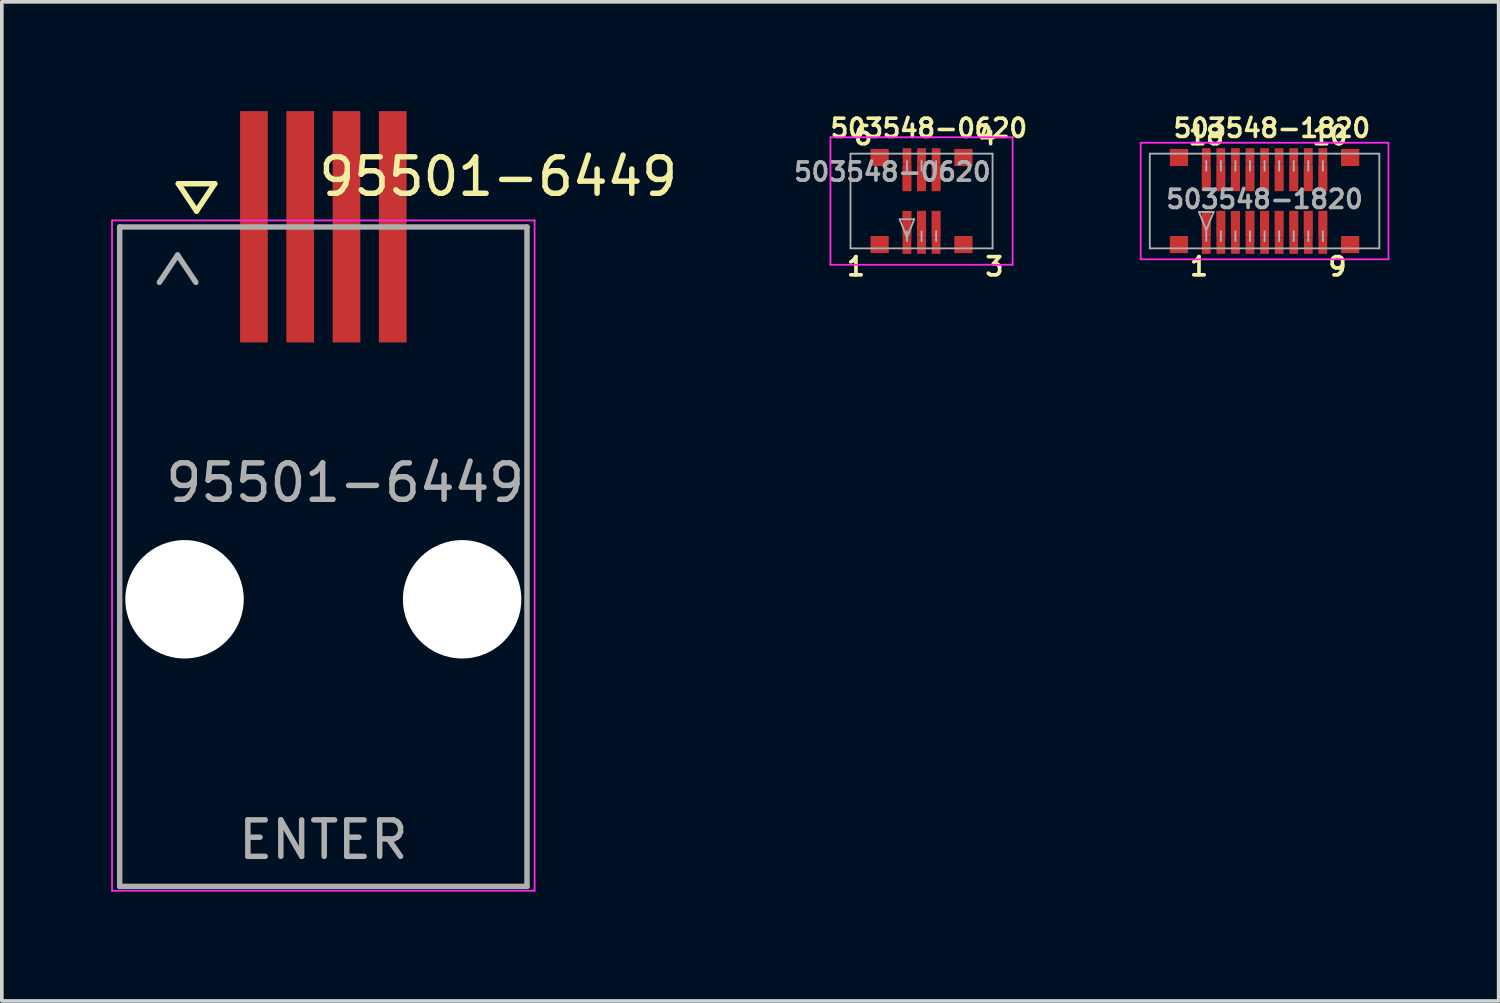
<source format=kicad_pcb>
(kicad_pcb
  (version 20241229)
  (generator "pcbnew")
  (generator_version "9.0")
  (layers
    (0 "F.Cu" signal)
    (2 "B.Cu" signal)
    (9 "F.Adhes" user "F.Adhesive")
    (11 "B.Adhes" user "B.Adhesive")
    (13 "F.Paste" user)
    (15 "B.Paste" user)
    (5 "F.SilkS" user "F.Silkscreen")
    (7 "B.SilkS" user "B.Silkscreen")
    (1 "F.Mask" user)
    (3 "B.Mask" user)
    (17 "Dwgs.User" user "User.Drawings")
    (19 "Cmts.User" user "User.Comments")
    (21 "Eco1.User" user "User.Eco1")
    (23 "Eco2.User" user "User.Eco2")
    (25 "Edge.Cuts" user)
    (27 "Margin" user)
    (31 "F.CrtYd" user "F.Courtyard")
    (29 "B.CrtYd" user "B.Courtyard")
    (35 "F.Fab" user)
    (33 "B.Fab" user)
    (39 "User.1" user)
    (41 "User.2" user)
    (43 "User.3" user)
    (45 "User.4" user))
  (footprint "503548-0620"
    (layer "F.Cu")
    (at 22.245 2.468)
    (property "Reference" "503548-0620" (at 0.2 -2 0) (layer "F.SilkS") (effects (font (size 0.5 0.5) (thickness 0.1))))
    (attr smd)
    (fp_line (start -2.5 -1.75) (end 2.5 -1.75) (stroke (width 0.05) (type solid)) (layer "F.CrtYd"))
    (fp_line (start -2.5 1.75) (end -2.5 -1.75) (stroke (width 0.05) (type solid)) (layer "F.CrtYd"))
    (fp_line (start 2.5 -1.75) (end 2.5 1.75) (stroke (width 0.05) (type solid)) (layer "F.CrtYd"))
    (fp_line (start 2.5 1.75) (end -2.5 1.75) (stroke (width 0.05) (type solid)) (layer "F.CrtYd"))
    (fp_line (start -1.95 -1.3) (end 1.95 -1.3) (stroke (width 0.05) (type solid)) (layer "F.Fab"))
    (fp_line (start -1.95 1.3) (end -1.95 -1.3) (stroke (width 0.05) (type solid)) (layer "F.Fab"))
    (fp_line (start -0.6 0.5) (end -0.2 0.5) (stroke (width 0.05) (type solid)) (layer "F.Fab"))
    (fp_line (start -0.4 -1.1) (end -0.4 -0.83) (stroke (width 0.05) (type solid)) (layer "F.Fab"))
    (fp_line (start -0.4 0.83) (end -0.4 1.1) (stroke (width 0.05) (type solid)) (layer "F.Fab"))
    (fp_line (start -0.4 1) (end -0.6 0.5) (stroke (width 0.05) (type solid)) (layer "F.Fab"))
    (fp_line (start -0.2 0.5) (end -0.4 1) (stroke (width 0.05) (type solid)) (layer "F.Fab"))
    (fp_line (start 0 -1.1) (end 0 -0.83) (stroke (width 0.05) (type solid)) (layer "F.Fab"))
    (fp_line (start 0 0.83) (end 0 1.1) (stroke (width 0.05) (type solid)) (layer "F.Fab"))
    (fp_line (start 0.4 -1.1) (end 0.4 -0.83) (stroke (width 0.05) (type solid)) (layer "F.Fab"))
    (fp_line (start 0.4 0.83) (end 0.4 1.1) (stroke (width 0.05) (type solid)) (layer "F.Fab"))
    (fp_line (start 1.95 -1.3) (end 1.95 1.3) (stroke (width 0.05) (type solid)) (layer "F.Fab"))
    (fp_line (start 1.95 1.3) (end -1.95 1.3) (stroke (width 0.05) (type solid)) (layer "F.Fab"))
    (fp_text user "1" (at -1.8 1.8 0) (layer "F.SilkS") (effects (font (size 0.5 0.5) (thickness 0.1))))
    (fp_text user "3" (at 2 1.8 0) (layer "F.SilkS") (effects (font (size 0.5 0.5) (thickness 0.1))))
    (fp_text user "6" (at -1.6 -1.8 0) (layer "F.SilkS") (effects (font (size 0.5 0.5) (thickness 0.1))))
    (fp_text user "4" (at 1.8 -1.8 0) (layer "F.SilkS") (effects (font (size 0.5 0.5) (thickness 0.1))))
    (fp_text user "${REFERENCE}" (at -0.8 -0.8 0) (layer "F.Fab") (effects (font (size 0.5 0.5) (thickness 0.1))))
    (pad "1" smd rect (at -0.4 0.635) (size 0.25 0.73) (layers "F.Cu"))
    (pad "1" smd rect (at -0.4 1.225) (size 0.24 0.45) (layers "F.Cu" "F.Mask" "F.Paste"))
    (pad "2" smd rect (at 0 0.635) (size 0.25 0.73) (layers "F.Cu"))
    (pad "2" smd rect (at 0 1.225) (size 0.24 0.45) (layers "F.Cu" "F.Mask" "F.Paste"))
    (pad "3" smd rect (at 0.4 0.635) (size 0.25 0.73) (layers "F.Cu"))
    (pad "3" smd rect (at 0.4 1.225) (size 0.24 0.45) (layers "F.Cu" "F.Mask" "F.Paste"))
    (pad "4" smd rect (at 0.4 -1.225) (size 0.24 0.45) (layers "F.Cu" "F.Mask" "F.Paste"))
    (pad "4" smd rect (at 0.4 -0.635) (size 0.25 0.73) (layers "F.Cu"))
    (pad "5" smd rect (at 0 -1.225) (size 0.24 0.45) (layers "F.Cu" "F.Mask" "F.Paste"))
    (pad "5" smd rect (at 0 -0.635) (size 0.25 0.73) (layers "F.Cu"))
    (pad "6" smd rect (at -0.4 -1.225) (size 0.24 0.45) (layers "F.Cu" "F.Mask" "F.Paste"))
    (pad "6" smd rect (at -0.4 -0.635) (size 0.25 0.73) (layers "F.Cu"))
    (pad "7" smd rect (at -1.15 -1.195) (size 0.5 0.47) (layers "F.Cu" "F.Mask" "F.Paste"))
    (pad "7" smd rect (at -1.15 1.195) (size 0.5 0.47) (layers "F.Cu" "F.Mask" "F.Paste"))
    (pad "8" smd rect (at 1.15 -1.195) (size 0.5 0.47) (layers "F.Cu" "F.Mask" "F.Paste"))
    (pad "8" smd rect (at 1.15 1.195) (size 0.5 0.47) (layers "F.Cu" "F.Mask" "F.Paste")))
  (footprint "95501-6449"
    (layer "F.Cu")
    (at 5.825 13.4)
    (property "Reference" "95501-6449" (at 4.8 -11.6 0) (layer "F.SilkS") (effects (font (size 1 1) (thickness 0.15))))
    (attr through_hole)
    (fp_line (start -3.98 -11.407) (end -3.48 -10.657) (stroke (width 0.15) (type solid)) (layer "F.SilkS"))
    (fp_line (start -3.48 -10.657) (end -2.98 -11.407) (stroke (width 0.15) (type solid)) (layer "F.SilkS"))
    (fp_line (start -2.98 -11.407) (end -3.98 -11.407) (stroke (width 0.15) (type solid)) (layer "F.SilkS"))
    (fp_line (start -5.8 -10.4) (end -5.8 8) (stroke (width 0.05) (type solid)) (layer "F.CrtYd"))
    (fp_line (start -5.8 8) (end 5.8 8) (stroke (width 0.05) (type solid)) (layer "F.CrtYd"))
    (fp_line (start 5.8 -10.4) (end -5.8 -10.4) (stroke (width 0.05) (type solid)) (layer "F.CrtYd"))
    (fp_line (start 5.8 8) (end 5.8 -10.4) (stroke (width 0.05) (type solid)) (layer "F.CrtYd"))
    (fp_line (start -5.59 -10.22) (end -5.59 7.88) (stroke (width 0.15) (type solid)) (layer "F.Fab"))
    (fp_line (start -5.59 -10.22) (end 5.59 -10.22) (stroke (width 0.15) (type solid)) (layer "F.Fab"))
    (fp_line (start -4.5 -8.7) (end -4 -9.45) (stroke (width 0.15) (type solid)) (layer "F.Fab"))
    (fp_line (start -4 -9.45) (end -3.5 -8.7) (stroke (width 0.15) (type solid)) (layer "F.Fab"))
    (fp_line (start 5.59 -10.22) (end 5.59 7.88) (stroke (width 0.15) (type solid)) (layer "F.Fab"))
    (fp_line (start 5.59 7.88) (end -5.59 7.88) (stroke (width 0.15) (type solid)) (layer "F.Fab"))
    (fp_text user "${REFERENCE}" (at 0.6 -3.2 0) (layer "F.Fab") (effects (font (size 1 1) (thickness 0.15))))
    (fp_text user "ENTER" (at 0 6.6 0) (layer "F.Fab") (effects (font (size 1 1) (thickness 0.15))))
    (pad "" np_thru_hole circle (at -3.81 0) (size 3.25 3.25) (drill 3.25) (layers "F.Cu"))
    (pad "" np_thru_hole circle (at 3.81 0) (size 3.25 3.25) (drill 3.25) (layers "F.Cu"))
    (pad "1" smd rect (at -1.905 -10.225) (size 0.76 6.35) (layers "F.Cu" "F.Mask" "F.Paste"))
    (pad "2" smd rect (at -0.635 -10.225) (size 0.76 6.35) (layers "F.Cu" "F.Mask" "F.Paste"))
    (pad "3" smd rect (at 0.635 -10.225) (size 0.76 6.35) (layers "F.Cu" "F.Mask" "F.Paste"))
    (pad "4" smd rect (at 1.905 -10.225) (size 0.76 6.35) (layers "F.Cu" "F.Mask" "F.Paste")))
  (footprint "503548-1820"
    (layer "F.Cu")
    (at 31.661 2.468)
    (property "Reference" "503548-1820" (at 0.2 -2 0) (layer "F.SilkS") (effects (font (size 0.5 0.5) (thickness 0.1))))
    (attr smd)
    (fp_line (start -3.4 -1.6) (end 3.4 -1.6) (stroke (width 0.05) (type solid)) (layer "F.CrtYd"))
    (fp_line (start -3.4 1.6) (end -3.4 -1.6) (stroke (width 0.05) (type solid)) (layer "F.CrtYd"))
    (fp_line (start 3.4 -1.6) (end 3.4 1.6) (stroke (width 0.05) (type solid)) (layer "F.CrtYd"))
    (fp_line (start 3.4 1.6) (end -3.4 1.6) (stroke (width 0.05) (type solid)) (layer "F.CrtYd"))
    (fp_line (start -3.15 -1.3) (end 3.15 -1.3) (stroke (width 0.05) (type solid)) (layer "F.Fab"))
    (fp_line (start -3.15 1.3) (end -3.15 -1.3) (stroke (width 0.05) (type solid)) (layer "F.Fab"))
    (fp_line (start -1.8 0.3) (end -1.4 0.3) (stroke (width 0.05) (type solid)) (layer "F.Fab"))
    (fp_line (start -1.6 -1.1) (end -1.6 -0.83) (stroke (width 0.05) (type solid)) (layer "F.Fab"))
    (fp_line (start -1.6 0.8) (end -1.8 0.3) (stroke (width 0.05) (type solid)) (layer "F.Fab"))
    (fp_line (start -1.6 0.83) (end -1.6 1.1) (stroke (width 0.05) (type solid)) (layer "F.Fab"))
    (fp_line (start -1.4 0.3) (end -1.6 0.8) (stroke (width 0.05) (type solid)) (layer "F.Fab"))
    (fp_line (start -1.2 -1.1) (end -1.2 -0.83) (stroke (width 0.05) (type solid)) (layer "F.Fab"))
    (fp_line (start -1.2 0.83) (end -1.2 1.1) (stroke (width 0.05) (type solid)) (layer "F.Fab"))
    (fp_line (start -0.8 -1.1) (end -0.8 -0.83) (stroke (width 0.05) (type solid)) (layer "F.Fab"))
    (fp_line (start -0.8 0.83) (end -0.8 1.1) (stroke (width 0.05) (type solid)) (layer "F.Fab"))
    (fp_line (start -0.4 -1.1) (end -0.4 -0.83) (stroke (width 0.05) (type solid)) (layer "F.Fab"))
    (fp_line (start -0.4 0.83) (end -0.4 1.1) (stroke (width 0.05) (type solid)) (layer "F.Fab"))
    (fp_line (start 0 -1.1) (end 0 -0.83) (stroke (width 0.05) (type solid)) (layer "F.Fab"))
    (fp_line (start 0 0.83) (end 0 1.1) (stroke (width 0.05) (type solid)) (layer "F.Fab"))
    (fp_line (start 0.4 -1.1) (end 0.4 -0.83) (stroke (width 0.05) (type solid)) (layer "F.Fab"))
    (fp_line (start 0.4 0.83) (end 0.4 1.1) (stroke (width 0.05) (type solid)) (layer "F.Fab"))
    (fp_line (start 0.8 -1.1) (end 0.8 -0.83) (stroke (width 0.05) (type solid)) (layer "F.Fab"))
    (fp_line (start 0.8 0.83) (end 0.8 1.1) (stroke (width 0.05) (type solid)) (layer "F.Fab"))
    (fp_line (start 1.2 -1.1) (end 1.2 -0.83) (stroke (width 0.05) (type solid)) (layer "F.Fab"))
    (fp_line (start 1.2 0.83) (end 1.2 1.1) (stroke (width 0.05) (type solid)) (layer "F.Fab"))
    (fp_line (start 1.6 -1.1) (end 1.6 -0.83) (stroke (width 0.05) (type solid)) (layer "F.Fab"))
    (fp_line (start 1.6 0.83) (end 1.6 1.1) (stroke (width 0.05) (type solid)) (layer "F.Fab"))
    (fp_line (start 3.15 -1.3) (end 3.15 1.3) (stroke (width 0.05) (type solid)) (layer "F.Fab"))
    (fp_line (start 3.15 1.3) (end -3.15 1.3) (stroke (width 0.05) (type solid)) (layer "F.Fab"))
    (fp_text user "9" (at 2 1.8 0) (layer "F.SilkS") (effects (font (size 0.5 0.5) (thickness 0.1))))
    (fp_text user "10" (at 1.8 -1.8 0) (layer "F.SilkS") (effects (font (size 0.5 0.5) (thickness 0.1))))
    (fp_text user "18" (at -1.6 -1.8 0) (layer "F.SilkS") (effects (font (size 0.5 0.5) (thickness 0.1))))
    (fp_text user "1" (at -1.8 1.8 0) (layer "F.SilkS") (effects (font (size 0.5 0.5) (thickness 0.1))))
    (fp_text user "${REFERENCE}" (at 0 -0.05 0) (layer "F.Fab") (effects (font (size 0.5 0.5) (thickness 0.1))))
    (pad "1" smd rect (at -1.6 0.635) (size 0.25 0.73) (layers "F.Cu"))
    (pad "1" smd rect (at -1.6 1.225) (size 0.24 0.45) (layers "F.Cu" "F.Mask" "F.Paste"))
    (pad "2" smd rect (at -1.2 0.635) (size 0.25 0.73) (layers "F.Cu"))
    (pad "2" smd rect (at -1.2 1.225) (size 0.24 0.45) (layers "F.Cu" "F.Mask" "F.Paste"))
    (pad "3" smd rect (at -0.8 0.635) (size 0.25 0.73) (layers "F.Cu"))
    (pad "3" smd rect (at -0.8 1.225) (size 0.24 0.45) (layers "F.Cu" "F.Mask" "F.Paste"))
    (pad "4" smd rect (at -0.4 0.635) (size 0.25 0.73) (layers "F.Cu"))
    (pad "4" smd rect (at -0.4 1.225) (size 0.24 0.45) (layers "F.Cu" "F.Mask" "F.Paste"))
    (pad "5" smd rect (at 0 0.635) (size 0.25 0.73) (layers "F.Cu"))
    (pad "5" smd rect (at 0 1.225) (size 0.24 0.45) (layers "F.Cu" "F.Mask" "F.Paste"))
    (pad "6" smd rect (at 0.4 0.635) (size 0.25 0.73) (layers "F.Cu"))
    (pad "6" smd rect (at 0.4 1.225) (size 0.24 0.45) (layers "F.Cu" "F.Mask" "F.Paste"))
    (pad "7" smd rect (at 0.8 0.635) (size 0.25 0.73) (layers "F.Cu"))
    (pad "7" smd rect (at 0.8 1.225) (size 0.24 0.45) (layers "F.Cu" "F.Mask" "F.Paste"))
    (pad "8" smd rect (at 1.2 0.635) (size 0.25 0.73) (layers "F.Cu"))
    (pad "8" smd rect (at 1.2 1.225) (size 0.24 0.45) (layers "F.Cu" "F.Mask" "F.Paste"))
    (pad "9" smd rect (at 1.6 0.635) (size 0.25 0.73) (layers "F.Cu"))
    (pad "9" smd rect (at 1.6 1.225) (size 0.24 0.45) (layers "F.Cu" "F.Mask" "F.Paste"))
    (pad "10" smd rect (at 1.6 -1.225) (size 0.24 0.45) (layers "F.Cu" "F.Mask" "F.Paste"))
    (pad "10" smd rect (at 1.6 -0.635) (size 0.25 0.73) (layers "F.Cu"))
    (pad "11" smd rect (at 1.2 -1.225) (size 0.24 0.45) (layers "F.Cu" "F.Mask" "F.Paste"))
    (pad "11" smd rect (at 1.2 -0.635) (size 0.25 0.73) (layers "F.Cu"))
    (pad "12" smd rect (at 0.8 -1.225) (size 0.24 0.45) (layers "F.Cu" "F.Mask" "F.Paste"))
    (pad "12" smd rect (at 0.8 -0.635) (size 0.25 0.73) (layers "F.Cu"))
    (pad "13" smd rect (at 0.4 -1.225) (size 0.24 0.45) (layers "F.Cu" "F.Mask" "F.Paste"))
    (pad "13" smd rect (at 0.4 -0.635) (size 0.25 0.73) (layers "F.Cu"))
    (pad "14" smd rect (at 0 -1.225) (size 0.24 0.45) (layers "F.Cu" "F.Mask" "F.Paste"))
    (pad "14" smd rect (at 0 -0.635) (size 0.25 0.73) (layers "F.Cu"))
    (pad "15" smd rect (at -0.4 -1.225) (size 0.24 0.45) (layers "F.Cu" "F.Mask" "F.Paste"))
    (pad "15" smd rect (at -0.4 -0.635) (size 0.25 0.73) (layers "F.Cu"))
    (pad "16" smd rect (at -0.8 -1.225) (size 0.24 0.45) (layers "F.Cu" "F.Mask" "F.Paste"))
    (pad "16" smd rect (at -0.8 -0.635) (size 0.25 0.73) (layers "F.Cu"))
    (pad "17" smd rect (at -1.2 -1.225) (size 0.24 0.45) (layers "F.Cu" "F.Mask" "F.Paste"))
    (pad "17" smd rect (at -1.2 -0.635) (size 0.25 0.73) (layers "F.Cu"))
    (pad "18" smd rect (at -1.6 -1.225) (size 0.24 0.45) (layers "F.Cu" "F.Mask" "F.Paste"))
    (pad "18" smd rect (at -1.6 -0.635) (size 0.25 0.73) (layers "F.Cu"))
    (pad "19" smd rect (at -2.35 -1.195) (size 0.5 0.47) (layers "F.Cu" "F.Mask" "F.Paste"))
    (pad "19" smd rect (at -2.35 1.195) (size 0.5 0.47) (layers "F.Cu" "F.Mask" "F.Paste"))
    (pad "20" smd rect (at 2.35 -1.195) (size 0.5 0.47) (layers "F.Cu" "F.Mask" "F.Paste"))
    (pad "20" smd rect (at 2.35 1.195) (size 0.5 0.47) (layers "F.Cu" "F.Mask" "F.Paste")))
  (gr_rect
    (start -3 -3)
    (end 38.086 24.425)
    (stroke (width 0.1) (type default))
    (fill no)
    (layer "Edge.Cuts")))
</source>
